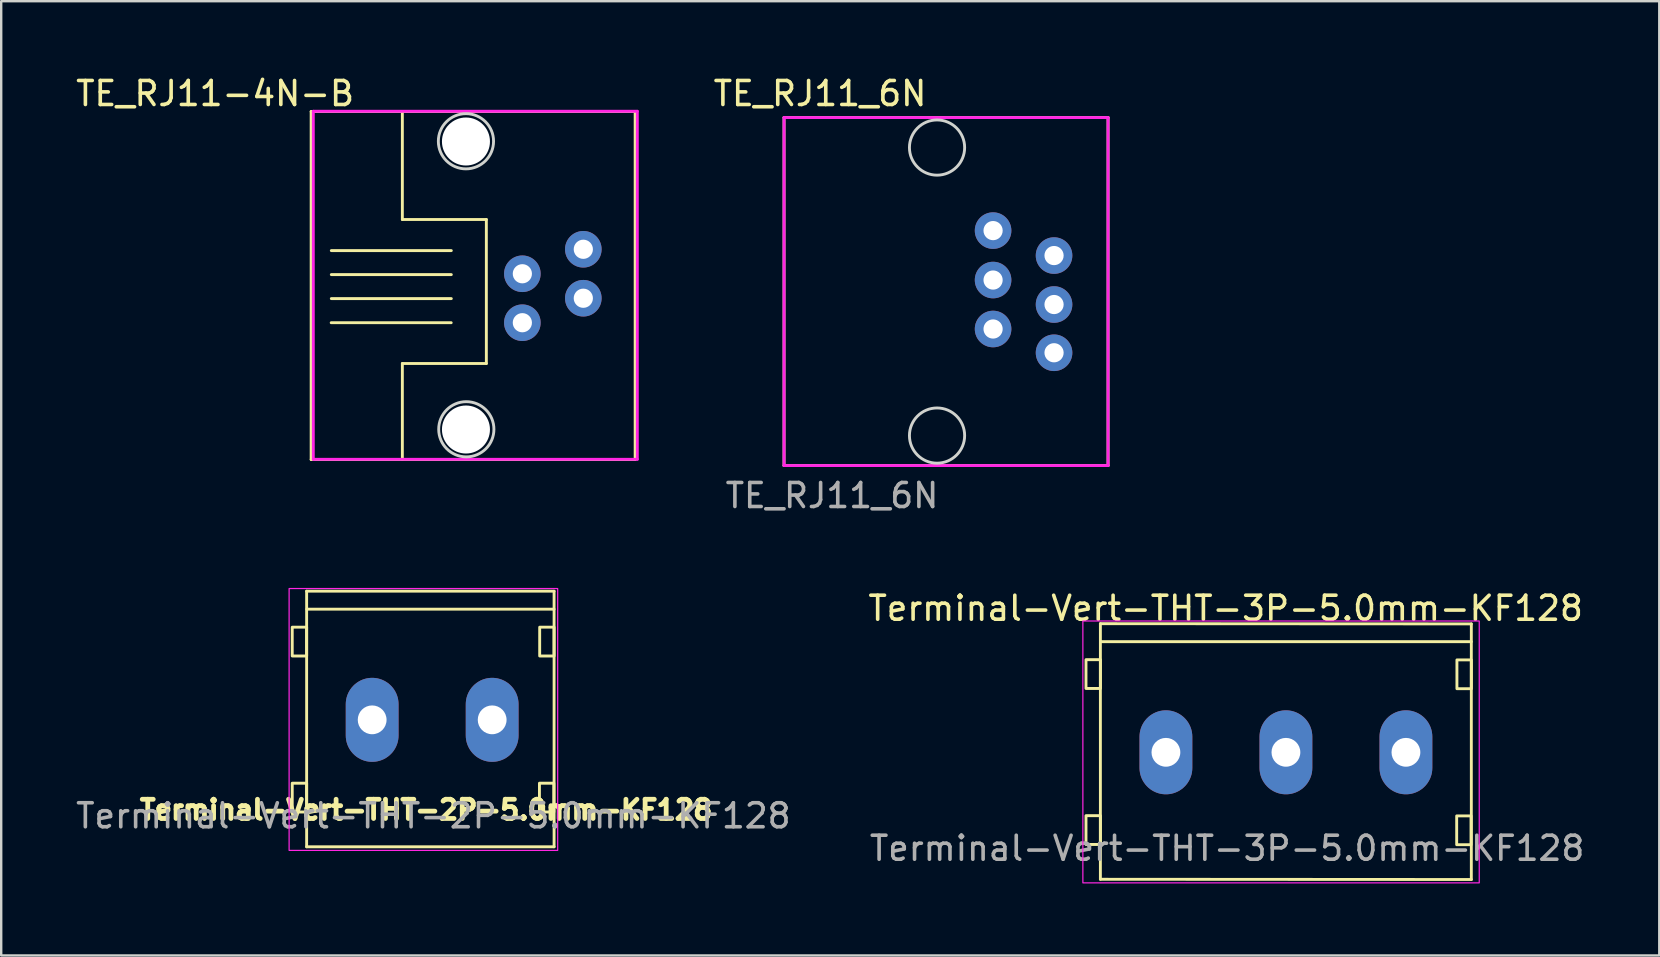
<source format=kicad_pcb>
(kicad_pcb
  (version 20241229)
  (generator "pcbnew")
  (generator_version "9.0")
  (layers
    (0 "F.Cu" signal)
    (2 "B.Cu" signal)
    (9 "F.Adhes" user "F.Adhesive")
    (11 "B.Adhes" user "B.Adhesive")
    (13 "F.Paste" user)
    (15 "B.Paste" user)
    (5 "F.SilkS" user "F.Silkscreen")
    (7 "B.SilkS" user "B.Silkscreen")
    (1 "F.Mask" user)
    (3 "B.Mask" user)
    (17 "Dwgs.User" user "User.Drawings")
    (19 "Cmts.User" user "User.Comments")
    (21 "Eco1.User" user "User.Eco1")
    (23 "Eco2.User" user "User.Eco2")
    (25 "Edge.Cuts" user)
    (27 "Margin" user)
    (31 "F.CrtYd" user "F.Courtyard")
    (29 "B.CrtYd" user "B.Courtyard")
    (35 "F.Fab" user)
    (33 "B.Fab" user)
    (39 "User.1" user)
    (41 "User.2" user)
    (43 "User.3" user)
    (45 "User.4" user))
  (footprint "TE_RJ11-4N-B"
    (layer "F.Cu")
    (at 18.714 10.396)
    (property "Reference" "TE_RJ11-4N-B" (at -12.801 -9.548 0) (layer "F.SilkS") (effects (font (size 1 1) (thickness 0.15))))
    (attr through_hole)
    (fp_line (start -8.8 -8.8) (end 4.7 -8.8) (stroke (width 0.12) (type solid)) (layer "F.SilkS"))
    (fp_line (start -8.8 5.7) (end -8.8 -8.8) (stroke (width 0.12) (type solid)) (layer "F.SilkS"))
    (fp_line (start -7.965 0) (end -2.965 0) (stroke (width 0.12) (type solid)) (layer "F.SilkS"))
    (fp_line (start -7.96 -3.005) (end -2.96 -3.005) (stroke (width 0.12) (type solid)) (layer "F.SilkS"))
    (fp_line (start -7.96 -2.005) (end -2.96 -2.005) (stroke (width 0.12) (type solid)) (layer "F.SilkS"))
    (fp_line (start -7.96 -1.005) (end -2.96 -1.005) (stroke (width 0.12) (type solid)) (layer "F.SilkS"))
    (fp_line (start -5 -8.8) (end -5 -4.3) (stroke (width 0.12) (type solid)) (layer "F.SilkS"))
    (fp_line (start -5 -4.3) (end -1.5 -4.3) (stroke (width 0.12) (type solid)) (layer "F.SilkS"))
    (fp_line (start -5 1.7) (end -5 5.7) (stroke (width 0.12) (type solid)) (layer "F.SilkS"))
    (fp_line (start -1.5 -4.3) (end -1.5 1.7) (stroke (width 0.12) (type solid)) (layer "F.SilkS"))
    (fp_line (start -1.5 1.7) (end -5 1.7) (stroke (width 0.12) (type solid)) (layer "F.SilkS"))
    (fp_line (start 4.7 -8.8) (end 4.7 5.7) (stroke (width 0.12) (type solid)) (layer "F.SilkS"))
    (fp_line (start 4.7 5.7) (end -8.8 5.7) (stroke (width 0.12) (type solid)) (layer "F.SilkS"))
    (fp_circle (center -2.35 -7.56) (end -1.2 -7.56) (stroke (width 0.12) (type solid)) (fill no) (layer "Edge.Cuts"))
    (fp_circle (center -2.335 4.44) (end -1.185 4.44) (stroke (width 0.12) (type solid)) (fill no) (layer "Edge.Cuts"))
    (fp_line (start -8.71 -8.81) (end 4.79 -8.81) (stroke (width 0.12) (type solid)) (layer "F.CrtYd"))
    (fp_line (start -8.71 5.69) (end -8.71 -8.81) (stroke (width 0.12) (type solid)) (layer "F.CrtYd"))
    (fp_line (start 4.79 -8.81) (end 4.79 5.69) (stroke (width 0.12) (type solid)) (layer "F.CrtYd"))
    (fp_line (start 4.79 5.69) (end -8.71 5.69) (stroke (width 0.12) (type solid)) (layer "F.CrtYd"))
    (pad "" np_thru_hole circle (at -2.35 -7.55) (size 2 2) (drill 2) (layers "*.Cu" "*.Mask"))
    (pad "" np_thru_hole circle (at -2.35 4.45) (size 2 2) (drill 2) (layers "*.Cu" "*.Mask"))
    (pad "1" thru_hole circle (at 0 0) (size 1.524 1.524) (drill 0.8) (layers "*.Cu" "*.Mask"))
    (pad "2" thru_hole circle (at 0 -2.04) (size 1.524 1.524) (drill 0.8) (layers "*.Cu" "*.Mask"))
    (pad "3" thru_hole circle (at 2.54 -3.06) (size 1.524 1.524) (drill 0.8) (layers "*.Cu" "*.Mask"))
    (pad "4" thru_hole circle (at 2.54 -1.02) (size 1.524 1.524) (drill 0.8) (layers "*.Cu" "*.Mask")))
  (footprint "TE_RJ11_6N"
    (layer "F.Cu")
    (at 36.117 8.848)
    (property "Reference" "TE_RJ11_6N" (at -5 -8 0) (unlocked yes) (layer "F.SilkS") (effects (font (size 1 1) (thickness 0.15))))
    (attr through_hole)
    (fp_line (start -6.5 -7) (end 7 -7) (stroke (width 0.12) (type solid)) (layer "F.SilkS"))
    (fp_line (start -6.5 7.5) (end -6.5 -7) (stroke (width 0.12) (type solid)) (layer "F.SilkS"))
    (fp_line (start 7 -7) (end 7 7.5) (stroke (width 0.12) (type solid)) (layer "F.SilkS"))
    (fp_line (start 7 7.5) (end -6.5 7.5) (stroke (width 0.12) (type solid)) (layer "F.SilkS"))
    (fp_circle (center -0.125 -5.75) (end 1.025 -5.75) (stroke (width 0.12) (type solid)) (fill no) (layer "Edge.Cuts"))
    (fp_circle (center -0.125 6.25) (end 1.025 6.25) (stroke (width 0.12) (type solid)) (fill no) (layer "Edge.Cuts"))
    (fp_line (start -6.5 -7) (end 7 -7) (stroke (width 0.12) (type solid)) (layer "F.CrtYd"))
    (fp_line (start -6.5 7.5) (end -6.5 -7) (stroke (width 0.12) (type solid)) (layer "F.CrtYd"))
    (fp_line (start 7 -7) (end 7 7.5) (stroke (width 0.12) (type solid)) (layer "F.CrtYd"))
    (fp_line (start 7 7.5) (end -6.5 7.5) (stroke (width 0.12) (type solid)) (layer "F.CrtYd"))
    (fp_text user "${REFERENCE}" (at -4.5 8.75 0) (unlocked yes) (layer "F.Fab") (effects (font (size 1 1) (thickness 0.15))))
    (pad "1" thru_hole circle (at 2.21 1.81) (size 1.524 1.524) (drill 0.8) (layers "*.Cu" "*.Mask"))
    (pad "2" thru_hole circle (at 2.21 -0.23) (size 1.524 1.524) (drill 0.8) (layers "*.Cu" "*.Mask"))
    (pad "3" thru_hole circle (at 2.21 -2.29) (size 1.524 1.524) (drill 0.8) (layers "*.Cu" "*.Mask"))
    (pad "4" thru_hole circle (at 4.75 -1.25) (size 1.524 1.524) (drill 0.8) (layers "*.Cu" "*.Mask"))
    (pad "5" thru_hole circle (at 4.75 0.79) (size 1.524 1.524) (drill 0.8) (layers "*.Cu" "*.Mask"))
    (pad "6" thru_hole circle (at 4.75 2.8) (size 1.524 1.524) (drill 0.8) (layers "*.Cu" "*.Mask")))
  (footprint "Terminal-Vert-THT-2P-5.0mm-KF128"
    (layer "F.Cu")
    (at 14.956 26.942)
    (property "Reference" "Terminal-Vert-THT-2P-5.0mm-KF128" (at -0.25 3.75 0) (unlocked yes) (layer "F.SilkS") (effects (font (size 0.8 0.8) (thickness 0.3))))
    (attr through_hole)
    (fp_line (start -5.23 -5.36) (end 5.08 -5.36) (stroke (width 0.12) (type solid)) (layer "F.SilkS"))
    (fp_line (start -5.23 5.29) (end -5.23 -5.36) (stroke (width 0.12) (type solid)) (layer "F.SilkS"))
    (fp_line (start -5.22 -4.61) (end 5.08 -4.61) (stroke (width 0.12) (type solid)) (layer "F.SilkS"))
    (fp_line (start 5.08 -5.36) (end 5.08 5.29) (stroke (width 0.12) (type solid)) (layer "F.SilkS"))
    (fp_line (start 5.08 5.29) (end -5.23 5.29) (stroke (width 0.12) (type solid)) (layer "F.SilkS"))
    (fp_rect (start -5.83 -3.86) (end -5.23 -2.66) (stroke (width 0.12) (type solid)) (fill no) (layer "F.SilkS"))
    (fp_rect (start -5.83 2.64) (end -5.23 3.84) (stroke (width 0.12) (type solid)) (fill no) (layer "F.SilkS"))
    (fp_rect (start 4.47 2.64) (end 5.07 3.84) (stroke (width 0.12) (type solid)) (fill no) (layer "F.SilkS"))
    (fp_rect (start 4.48 -3.86) (end 5.08 -2.66) (stroke (width 0.12) (type solid)) (fill no) (layer "F.SilkS"))
    (fp_rect (start -5.96 -5.47) (end 5.23 5.44) (stroke (width 0.05) (type solid)) (fill no) (layer "F.CrtYd"))
    (fp_text user "${REFERENCE}" (at 0.05 4 0) (unlocked yes) (layer "F.Fab") (effects (font (size 1 1) (thickness 0.15))))
    (pad "1" thru_hole oval (at -2.5 0) (size 2.2 3.5) (drill 1.2) (layers "*.Cu" "*.Mask"))
    (pad "2" thru_hole oval (at 2.5 0) (size 2.2 3.5) (drill 1.2) (layers "*.Cu" "*.Mask")))
  (footprint "Terminal-Vert-THT-3P-5.0mm-KF128"
    (layer "F.Cu")
    (at 48.028 28.295)
    (property "Reference" "Terminal-Vert-THT-3P-5.0mm-KF128" (at -0.01 -6 0) (unlocked yes) (layer "F.SilkS") (effects (font (size 1 1) (thickness 0.15))))
    (attr through_hole)
    (fp_line (start -5.23 -5.36) (end 10.225 -5.35) (stroke (width 0.12) (type solid)) (layer "F.SilkS"))
    (fp_line (start -5.23 5.29) (end -5.23 -5.36) (stroke (width 0.12) (type solid)) (layer "F.SilkS"))
    (fp_line (start -5.22 -4.61) (end 10.225 -4.61) (stroke (width 0.12) (type solid)) (layer "F.SilkS"))
    (fp_line (start 10.225 -5.35) (end 10.225 5.3) (stroke (width 0.12) (type solid)) (layer "F.SilkS"))
    (fp_line (start 10.225 5.3) (end -5.23 5.29) (stroke (width 0.12) (type solid)) (layer "F.SilkS"))
    (fp_rect (start -5.83 -3.86) (end -5.23 -2.66) (stroke (width 0.12) (type solid)) (fill no) (layer "F.SilkS"))
    (fp_rect (start -5.83 2.64) (end -5.23 3.84) (stroke (width 0.12) (type solid)) (fill no) (layer "F.SilkS"))
    (fp_rect (start 9.615 2.65) (end 10.215 3.85) (stroke (width 0.12) (type solid)) (fill no) (layer "F.SilkS"))
    (fp_rect (start 9.625 -3.85) (end 10.225 -2.65) (stroke (width 0.12) (type solid)) (fill no) (layer "F.SilkS"))
    (fp_rect (start -5.96 -5.47) (end 10.555 5.44) (stroke (width 0.05) (type solid)) (fill no) (layer "F.CrtYd"))
    (fp_text user "${REFERENCE}" (at 0.05 4 0) (unlocked yes) (layer "F.Fab") (effects (font (size 1 1) (thickness 0.15))))
    (pad "1" thru_hole oval (at -2.5 0) (size 2.2 3.5) (drill 1.2) (layers "*.Cu" "*.Mask"))
    (pad "2" thru_hole oval (at 2.5 0) (size 2.2 3.5) (drill 1.2) (layers "*.Cu" "*.Mask"))
    (pad "3" thru_hole oval (at 7.5 0) (size 2.2 3.5) (drill 1.2) (layers "*.Cu" "*.Mask")))
  (gr_rect
    (start -3 -3)
    (end 66.084 36.76)
    (stroke (width 0.1) (type default))
    (fill no)
    (layer "Edge.Cuts")))
</source>
